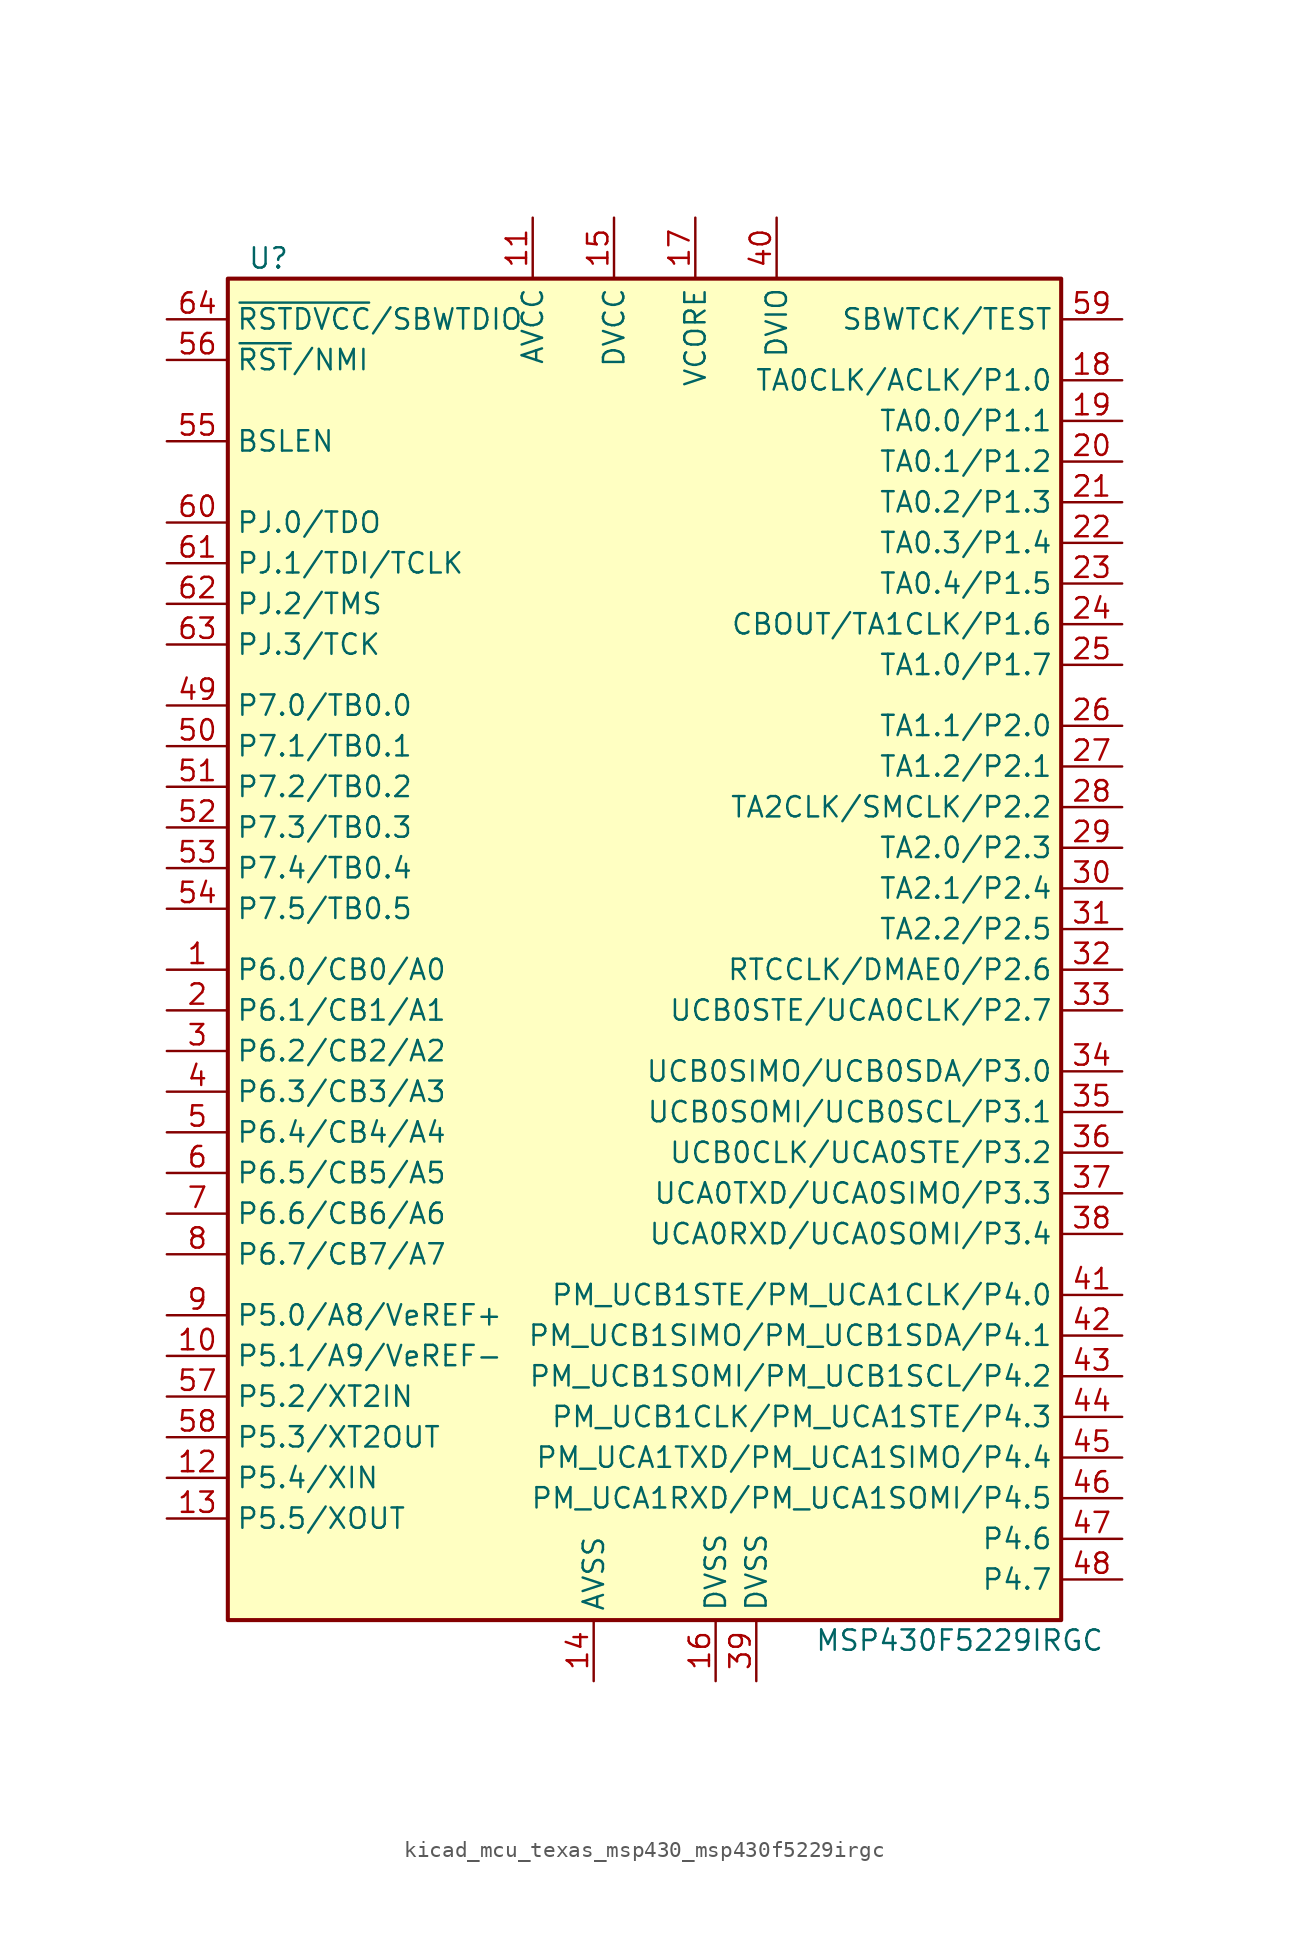
<source format=kicad_sym>
(kicad_symbol_lib
  (version 20220914)
  (generator kicad_symbol_editor)
  (symbol "kicad_mcu_texas_msp430_msp430f5229irgc"
    (property "Reference" "U"
      (at -24.13 43.18 0)
      (effects (font (size 1.27 1.27))))
    (property "Value" "MSP430F5229IRGC"
      (at 19.05 -43.18 0)
      (effects (font (size 1.27 1.27))))
    (symbol "kicad_mcu_texas_msp430_msp430f5229irgc_0_1"
      (rectangle (start -26.67 41.91) (end 25.4 -41.91) (stroke (width 0.254) (type default)) (fill (type background))))
    (symbol "kicad_mcu_texas_msp430_msp430f5229irgc_1_1"
      (pin bidirectional line (at -30.48 -1.27 0) (length 3.81) (name "P6.0/CB0/A0" (effects (font (size 1.27 1.27)))) (number "1" (effects (font (size 1.27 1.27)))))
      (pin bidirectional line (at -30.48 -25.4 0) (length 3.81) (name "P5.1/A9/VeREF-" (effects (font (size 1.27 1.27)))) (number "10" (effects (font (size 1.27 1.27)))))
      (pin power_in line (at -7.62 45.72 270) (length 3.81) (name "AVCC" (effects (font (size 1.27 1.27)))) (number "11" (effects (font (size 1.27 1.27)))))
      (pin bidirectional line (at -30.48 -33.02 0) (length 3.81) (name "P5.4/XIN" (effects (font (size 1.27 1.27)))) (number "12" (effects (font (size 1.27 1.27)))))
      (pin bidirectional line (at -30.48 -35.56 0) (length 3.81) (name "P5.5/XOUT" (effects (font (size 1.27 1.27)))) (number "13" (effects (font (size 1.27 1.27)))))
      (pin power_in line (at -3.81 -45.72 90) (length 3.81) (name "AVSS" (effects (font (size 1.27 1.27)))) (number "14" (effects (font (size 1.27 1.27)))))
      (pin power_in line (at -2.54 45.72 270) (length 3.81) (name "DVCC" (effects (font (size 1.27 1.27)))) (number "15" (effects (font (size 1.27 1.27)))))
      (pin power_in line (at 3.81 -45.72 90) (length 3.81) (name "DVSS" (effects (font (size 1.27 1.27)))) (number "16" (effects (font (size 1.27 1.27)))))
      (pin power_in line (at 2.54 45.72 270) (length 3.81) (name "VCORE" (effects (font (size 1.27 1.27)))) (number "17" (effects (font (size 1.27 1.27)))))
      (pin bidirectional line (at 29.21 35.56 180) (length 3.81) (name "TA0CLK/ACLK/P1.0" (effects (font (size 1.27 1.27)))) (number "18" (effects (font (size 1.27 1.27)))))
      (pin bidirectional line (at 29.21 33.02 180) (length 3.81) (name "TA0.0/P1.1" (effects (font (size 1.27 1.27)))) (number "19" (effects (font (size 1.27 1.27)))))
      (pin bidirectional line (at -30.48 -3.81 0) (length 3.81) (name "P6.1/CB1/A1" (effects (font (size 1.27 1.27)))) (number "2" (effects (font (size 1.27 1.27)))))
      (pin bidirectional line (at 29.21 30.48 180) (length 3.81) (name "TA0.1/P1.2" (effects (font (size 1.27 1.27)))) (number "20" (effects (font (size 1.27 1.27)))))
      (pin bidirectional line (at 29.21 27.94 180) (length 3.81) (name "TA0.2/P1.3" (effects (font (size 1.27 1.27)))) (number "21" (effects (font (size 1.27 1.27)))))
      (pin bidirectional line (at 29.21 25.4 180) (length 3.81) (name "TA0.3/P1.4" (effects (font (size 1.27 1.27)))) (number "22" (effects (font (size 1.27 1.27)))))
      (pin bidirectional line (at 29.21 22.86 180) (length 3.81) (name "TA0.4/P1.5" (effects (font (size 1.27 1.27)))) (number "23" (effects (font (size 1.27 1.27)))))
      (pin bidirectional line (at 29.21 20.32 180) (length 3.81) (name "CBOUT/TA1CLK/P1.6" (effects (font (size 1.27 1.27)))) (number "24" (effects (font (size 1.27 1.27)))))
      (pin bidirectional line (at 29.21 17.78 180) (length 3.81) (name "TA1.0/P1.7" (effects (font (size 1.27 1.27)))) (number "25" (effects (font (size 1.27 1.27)))))
      (pin bidirectional line (at 29.21 13.97 180) (length 3.81) (name "TA1.1/P2.0" (effects (font (size 1.27 1.27)))) (number "26" (effects (font (size 1.27 1.27)))))
      (pin bidirectional line (at 29.21 11.43 180) (length 3.81) (name "TA1.2/P2.1" (effects (font (size 1.27 1.27)))) (number "27" (effects (font (size 1.27 1.27)))))
      (pin bidirectional line (at 29.21 8.89 180) (length 3.81) (name "TA2CLK/SMCLK/P2.2" (effects (font (size 1.27 1.27)))) (number "28" (effects (font (size 1.27 1.27)))))
      (pin bidirectional line (at 29.21 6.35 180) (length 3.81) (name "TA2.0/P2.3" (effects (font (size 1.27 1.27)))) (number "29" (effects (font (size 1.27 1.27)))))
      (pin bidirectional line (at -30.48 -6.35 0) (length 3.81) (name "P6.2/CB2/A2" (effects (font (size 1.27 1.27)))) (number "3" (effects (font (size 1.27 1.27)))))
      (pin bidirectional line (at 29.21 3.81 180) (length 3.81) (name "TA2.1/P2.4" (effects (font (size 1.27 1.27)))) (number "30" (effects (font (size 1.27 1.27)))))
      (pin bidirectional line (at 29.21 1.27 180) (length 3.81) (name "TA2.2/P2.5" (effects (font (size 1.27 1.27)))) (number "31" (effects (font (size 1.27 1.27)))))
      (pin bidirectional line (at 29.21 -1.27 180) (length 3.81) (name "RTCCLK/DMAE0/P2.6" (effects (font (size 1.27 1.27)))) (number "32" (effects (font (size 1.27 1.27)))))
      (pin bidirectional line (at 29.21 -3.81 180) (length 3.81) (name "UCB0STE/UCA0CLK/P2.7" (effects (font (size 1.27 1.27)))) (number "33" (effects (font (size 1.27 1.27)))))
      (pin bidirectional line (at 29.21 -7.62 180) (length 3.81) (name "UCB0SIMO/UCB0SDA/P3.0" (effects (font (size 1.27 1.27)))) (number "34" (effects (font (size 1.27 1.27)))))
      (pin bidirectional line (at 29.21 -10.16 180) (length 3.81) (name "UCB0SOMI/UCB0SCL/P3.1" (effects (font (size 1.27 1.27)))) (number "35" (effects (font (size 1.27 1.27)))))
      (pin bidirectional line (at 29.21 -12.7 180) (length 3.81) (name "UCB0CLK/UCA0STE/P3.2" (effects (font (size 1.27 1.27)))) (number "36" (effects (font (size 1.27 1.27)))))
      (pin bidirectional line (at 29.21 -15.24 180) (length 3.81) (name "UCA0TXD/UCA0SIMO/P3.3" (effects (font (size 1.27 1.27)))) (number "37" (effects (font (size 1.27 1.27)))))
      (pin bidirectional line (at 29.21 -17.78 180) (length 3.81) (name "UCA0RXD/UCA0SOMI/P3.4" (effects (font (size 1.27 1.27)))) (number "38" (effects (font (size 1.27 1.27)))))
      (pin power_in line (at 6.35 -45.72 90) (length 3.81) (name "DVSS" (effects (font (size 1.27 1.27)))) (number "39" (effects (font (size 1.27 1.27)))))
      (pin bidirectional line (at -30.48 -8.89 0) (length 3.81) (name "P6.3/CB3/A3" (effects (font (size 1.27 1.27)))) (number "4" (effects (font (size 1.27 1.27)))))
      (pin power_in line (at 7.62 45.72 270) (length 3.81) (name "DVIO" (effects (font (size 1.27 1.27)))) (number "40" (effects (font (size 1.27 1.27)))))
      (pin bidirectional line (at 29.21 -21.59 180) (length 3.81) (name "PM_UCB1STE/PM_UCA1CLK/P4.0" (effects (font (size 1.27 1.27)))) (number "41" (effects (font (size 1.27 1.27)))))
      (pin bidirectional line (at 29.21 -24.13 180) (length 3.81) (name "PM_UCB1SIMO/PM_UCB1SDA/P4.1" (effects (font (size 1.27 1.27)))) (number "42" (effects (font (size 1.27 1.27)))))
      (pin bidirectional line (at 29.21 -26.67 180) (length 3.81) (name "PM_UCB1SOMI/PM_UCB1SCL/P4.2" (effects (font (size 1.27 1.27)))) (number "43" (effects (font (size 1.27 1.27)))))
      (pin bidirectional line (at 29.21 -29.21 180) (length 3.81) (name "PM_UCB1CLK/PM_UCA1STE/P4.3" (effects (font (size 1.27 1.27)))) (number "44" (effects (font (size 1.27 1.27)))))
      (pin bidirectional line (at 29.21 -31.75 180) (length 3.81) (name "PM_UCA1TXD/PM_UCA1SIMO/P4.4" (effects (font (size 1.27 1.27)))) (number "45" (effects (font (size 1.27 1.27)))))
      (pin bidirectional line (at 29.21 -34.29 180) (length 3.81) (name "PM_UCA1RXD/PM_UCA1SOMI/P4.5" (effects (font (size 1.27 1.27)))) (number "46" (effects (font (size 1.27 1.27)))))
      (pin bidirectional line (at 29.21 -36.83 180) (length 3.81) (name "P4.6" (effects (font (size 1.27 1.27)))) (number "47" (effects (font (size 1.27 1.27)))))
      (pin bidirectional line (at 29.21 -39.37 180) (length 3.81) (name "P4.7" (effects (font (size 1.27 1.27)))) (number "48" (effects (font (size 1.27 1.27)))))
      (pin bidirectional line (at -30.48 15.24 0) (length 3.81) (name "P7.0/TB0.0" (effects (font (size 1.27 1.27)))) (number "49" (effects (font (size 1.27 1.27)))))
      (pin bidirectional line (at -30.48 -11.43 0) (length 3.81) (name "P6.4/CB4/A4" (effects (font (size 1.27 1.27)))) (number "5" (effects (font (size 1.27 1.27)))))
      (pin bidirectional line (at -30.48 12.7 0) (length 3.81) (name "P7.1/TB0.1" (effects (font (size 1.27 1.27)))) (number "50" (effects (font (size 1.27 1.27)))))
      (pin bidirectional line (at -30.48 10.16 0) (length 3.81) (name "P7.2/TB0.2" (effects (font (size 1.27 1.27)))) (number "51" (effects (font (size 1.27 1.27)))))
      (pin bidirectional line (at -30.48 7.62 0) (length 3.81) (name "P7.3/TB0.3" (effects (font (size 1.27 1.27)))) (number "52" (effects (font (size 1.27 1.27)))))
      (pin bidirectional line (at -30.48 5.08 0) (length 3.81) (name "P7.4/TB0.4" (effects (font (size 1.27 1.27)))) (number "53" (effects (font (size 1.27 1.27)))))
      (pin bidirectional line (at -30.48 2.54 0) (length 3.81) (name "P7.5/TB0.5" (effects (font (size 1.27 1.27)))) (number "54" (effects (font (size 1.27 1.27)))))
      (pin bidirectional line (at -30.48 31.75 0) (length 3.81) (name "BSLEN" (effects (font (size 1.27 1.27)))) (number "55" (effects (font (size 1.27 1.27)))))
      (pin input line (at -30.48 36.83 0) (length 3.81) (name "~{RST}/NMI" (effects (font (size 1.27 1.27)))) (number "56" (effects (font (size 1.27 1.27)))))
      (pin bidirectional line (at -30.48 -27.94 0) (length 3.81) (name "P5.2/XT2IN" (effects (font (size 1.27 1.27)))) (number "57" (effects (font (size 1.27 1.27)))))
      (pin bidirectional line (at -30.48 -30.48 0) (length 3.81) (name "P5.3/XT2OUT" (effects (font (size 1.27 1.27)))) (number "58" (effects (font (size 1.27 1.27)))))
      (pin input line (at 29.21 39.37 180) (length 3.81) (name "SBWTCK/TEST" (effects (font (size 1.27 1.27)))) (number "59" (effects (font (size 1.27 1.27)))))
      (pin bidirectional line (at -30.48 -13.97 0) (length 3.81) (name "P6.5/CB5/A5" (effects (font (size 1.27 1.27)))) (number "6" (effects (font (size 1.27 1.27)))))
      (pin bidirectional line (at -30.48 26.67 0) (length 3.81) (name "PJ.0/TDO" (effects (font (size 1.27 1.27)))) (number "60" (effects (font (size 1.27 1.27)))))
      (pin bidirectional line (at -30.48 24.13 0) (length 3.81) (name "PJ.1/TDI/TCLK" (effects (font (size 1.27 1.27)))) (number "61" (effects (font (size 1.27 1.27)))))
      (pin bidirectional line (at -30.48 21.59 0) (length 3.81) (name "PJ.2/TMS" (effects (font (size 1.27 1.27)))) (number "62" (effects (font (size 1.27 1.27)))))
      (pin bidirectional line (at -30.48 19.05 0) (length 3.81) (name "PJ.3/TCK" (effects (font (size 1.27 1.27)))) (number "63" (effects (font (size 1.27 1.27)))))
      (pin bidirectional line (at -30.48 39.37 0) (length 3.81) (name "~{RSTDVCC}/SBWTDIO" (effects (font (size 1.27 1.27)))) (number "64" (effects (font (size 1.27 1.27)))))
      (pin bidirectional line (at -30.48 -16.51 0) (length 3.81) (name "P6.6/CB6/A6" (effects (font (size 1.27 1.27)))) (number "7" (effects (font (size 1.27 1.27)))))
      (pin bidirectional line (at -30.48 -19.05 0) (length 3.81) (name "P6.7/CB7/A7" (effects (font (size 1.27 1.27)))) (number "8" (effects (font (size 1.27 1.27)))))
      (pin bidirectional line (at -30.48 -22.86 0) (length 3.81) (name "P5.0/A8/VeREF+" (effects (font (size 1.27 1.27)))) (number "9" (effects (font (size 1.27 1.27))))))))
</source>
